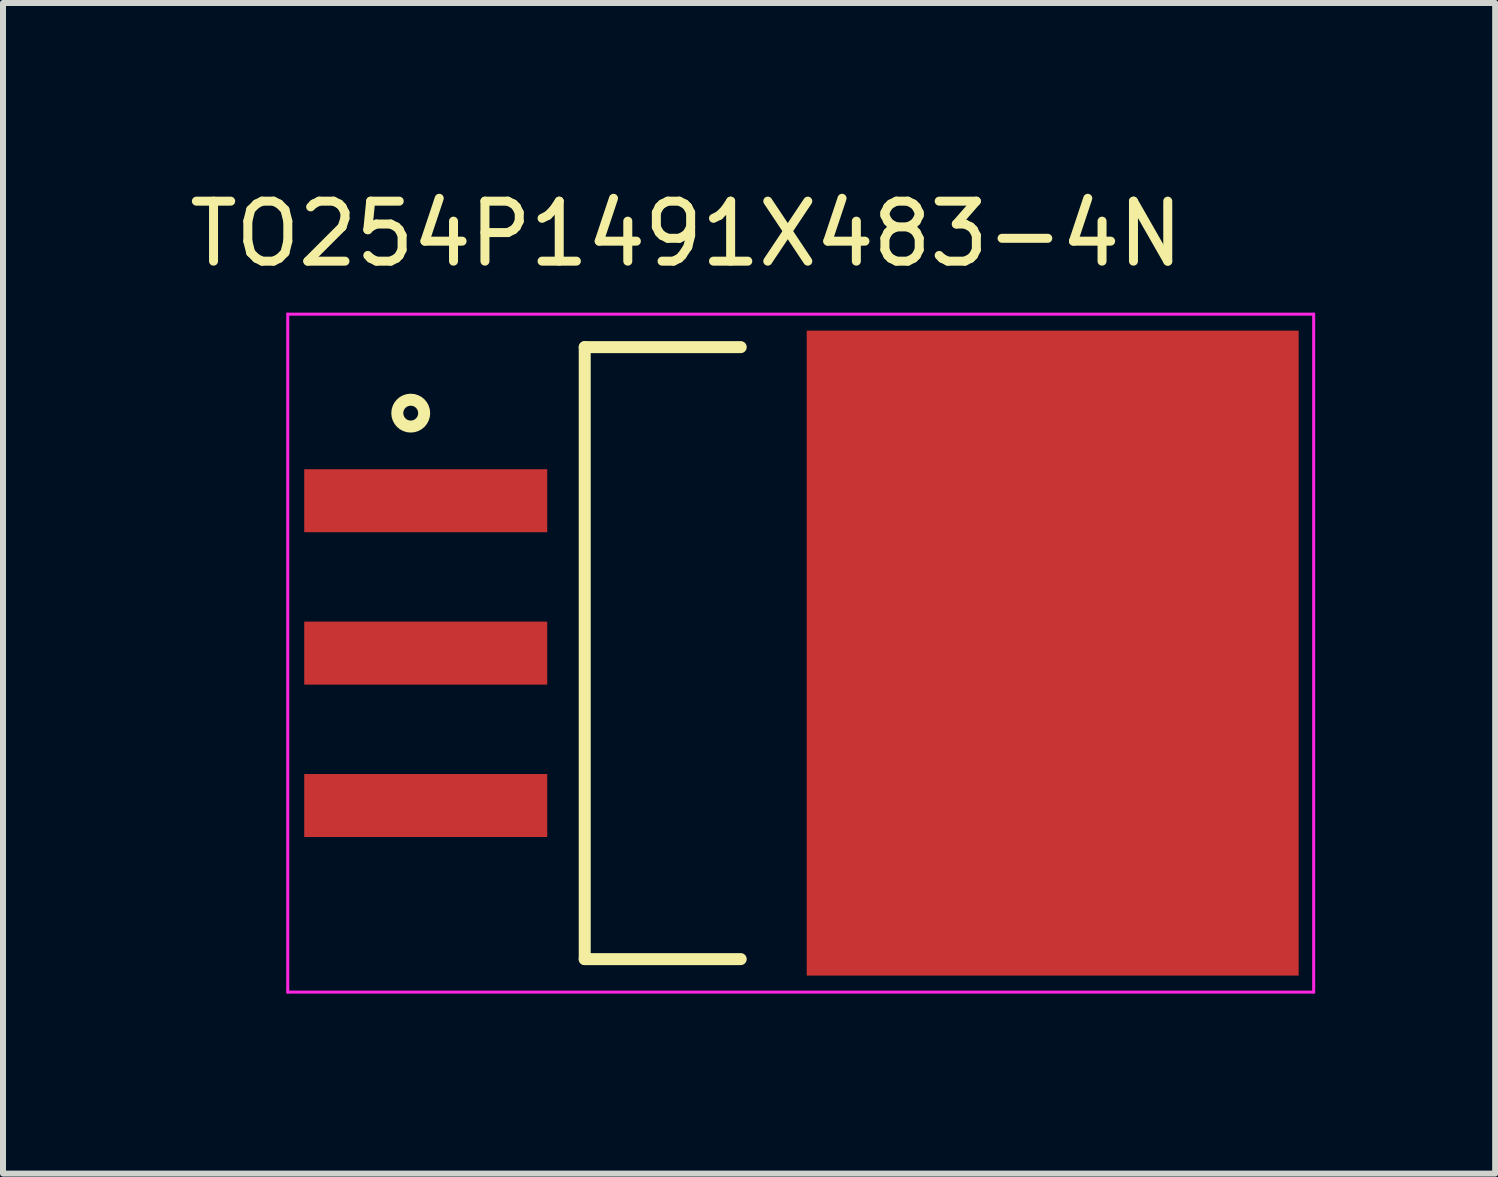
<source format=kicad_pcb>
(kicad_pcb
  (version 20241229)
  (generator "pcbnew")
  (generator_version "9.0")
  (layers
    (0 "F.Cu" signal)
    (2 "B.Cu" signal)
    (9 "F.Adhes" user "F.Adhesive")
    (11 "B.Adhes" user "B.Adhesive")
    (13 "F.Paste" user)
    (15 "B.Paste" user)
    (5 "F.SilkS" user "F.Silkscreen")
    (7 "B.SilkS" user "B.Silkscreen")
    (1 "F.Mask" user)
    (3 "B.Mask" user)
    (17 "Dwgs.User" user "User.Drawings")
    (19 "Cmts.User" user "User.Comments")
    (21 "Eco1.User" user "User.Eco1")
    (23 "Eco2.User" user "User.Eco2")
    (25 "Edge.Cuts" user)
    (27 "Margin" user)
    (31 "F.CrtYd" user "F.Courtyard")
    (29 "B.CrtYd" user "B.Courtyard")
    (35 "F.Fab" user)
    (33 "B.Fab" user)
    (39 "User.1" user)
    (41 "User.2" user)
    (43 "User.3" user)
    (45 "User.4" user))
  (footprint "TO254P1491X483-4N"
    (layer "F.Cu")
    (at 10.296 7.836)
    (property "Reference" "TO254P1491X483-4N" (at -1.906 -6.988 0) (layer "F.SilkS") (effects (font (size 1 1) (thickness 0.15))))
    (attr smd)
    (fp_line (start -3.6 -5.1) (end -3.6 5.1) (stroke (width 0.2) (type solid)) (layer "F.SilkS"))
    (fp_line (start -3.6 5.1) (end -1 5.1) (stroke (width 0.2) (type solid)) (layer "F.SilkS"))
    (fp_line (start -1 -5.1) (end -3.6 -5.1) (stroke (width 0.2) (type solid)) (layer "F.SilkS"))
    (fp_circle (center -6.5 -4) (end -6.276 -4) (stroke (width 0.2) (type solid)) (fill no) (layer "F.SilkS"))
    (fp_poly (pts (xy 0.701 -4.72) (xy 2.3 -4.72) (xy 2.3 -3.274) (xy 0.701 -3.274)) (stroke (width 0.01) (type solid)) (fill yes) (layer "F.Paste"))
    (fp_poly (pts (xy 0.701 1.28) (xy 2.3 1.28) (xy 2.3 2.734) (xy 0.701 2.734)) (stroke (width 0.01) (type solid)) (fill yes) (layer "F.Paste"))
    (fp_poly (pts (xy 0.701 -2.72) (xy 2.3 -2.72) (xy 2.3 -1.272) (xy 0.701 -1.272)) (stroke (width 0.01) (type solid)) (fill yes) (layer "F.Paste"))
    (fp_poly (pts (xy 0.701 -0.72) (xy 2.3 -0.72) (xy 2.3 0.731) (xy 0.701 0.731)) (stroke (width 0.01) (type solid)) (fill yes) (layer "F.Paste"))
    (fp_poly (pts (xy 0.701 3.28) (xy 2.3 3.28) (xy 2.3 4.739) (xy 0.701 4.739)) (stroke (width 0.01) (type solid)) (fill yes) (layer "F.Paste"))
    (fp_poly (pts (xy 3.2 3.28) (xy 4.8 3.28) (xy 4.8 4.731) (xy 3.2 4.731)) (stroke (width 0.01) (type solid)) (fill yes) (layer "F.Paste"))
    (fp_poly (pts (xy 3.202 -4.72) (xy 4.8 -4.72) (xy 4.8 -3.272) (xy 3.202 -3.272)) (stroke (width 0.01) (type solid)) (fill yes) (layer "F.Paste"))
    (fp_poly (pts (xy 3.203 -2.72) (xy 4.8 -2.72) (xy 4.8 -1.271) (xy 3.203 -1.271)) (stroke (width 0.01) (type solid)) (fill yes) (layer "F.Paste"))
    (fp_poly (pts (xy 3.205 1.28) (xy 4.8 1.28) (xy 4.8 2.734) (xy 3.205 2.734)) (stroke (width 0.01) (type solid)) (fill yes) (layer "F.Paste"))
    (fp_poly (pts (xy 3.205 -0.72) (xy 4.8 -0.72) (xy 4.8 0.731) (xy 3.205 0.731)) (stroke (width 0.01) (type solid)) (fill yes) (layer "F.Paste"))
    (fp_poly (pts (xy 5.7 -2.72) (xy 7.3 -2.72) (xy 7.3 -1.27) (xy 5.7 -1.27)) (stroke (width 0.01) (type solid)) (fill yes) (layer "F.Paste"))
    (fp_poly (pts (xy 5.702 -0.72) (xy 7.3 -0.72) (xy 7.3 0.73) (xy 5.702 0.73)) (stroke (width 0.01) (type solid)) (fill yes) (layer "F.Paste"))
    (fp_poly (pts (xy 5.704 1.28) (xy 7.3 1.28) (xy 7.3 2.732) (xy 5.704 2.732)) (stroke (width 0.01) (type solid)) (fill yes) (layer "F.Paste"))
    (fp_poly (pts (xy 5.706 -4.72) (xy 7.3 -4.72) (xy 7.3 -3.273) (xy 5.706 -3.273)) (stroke (width 0.01) (type solid)) (fill yes) (layer "F.Paste"))
    (fp_poly (pts (xy 5.711 3.28) (xy 7.3 3.28) (xy 7.3 4.739) (xy 5.711 4.739)) (stroke (width 0.01) (type solid)) (fill yes) (layer "F.Paste"))
    (fp_line (start -8.55 -5.65) (end 8.55 -5.65) (stroke (width 0.05) (type solid)) (layer "F.CrtYd"))
    (fp_line (start -8.55 5.65) (end -8.55 -5.65) (stroke (width 0.05) (type solid)) (layer "F.CrtYd"))
    (fp_line (start 8.55 -5.65) (end 8.55 5.65) (stroke (width 0.05) (type solid)) (layer "F.CrtYd"))
    (fp_line (start 8.55 5.65) (end -8.55 5.65) (stroke (width 0.05) (type solid)) (layer "F.CrtYd"))
    (pad "1" smd rect (at -6.25 -2.54) (size 4.05 1.05) (layers "F.Cu" "F.Mask" "F.Paste"))
    (pad "2" smd rect (at -6.25 0) (size 4.05 1.05) (layers "F.Cu" "F.Mask" "F.Paste"))
    (pad "3" smd rect (at -6.25 2.54) (size 4.05 1.05) (layers "F.Cu" "F.Mask" "F.Paste"))
    (pad "4" smd rect (at 4.2 0) (size 8.2 10.75) (layers "F.Cu" "F.Mask")))
  (gr_rect
    (start -3 -3)
    (end 21.871 16.511)
    (stroke (width 0.1) (type default))
    (fill no)
    (layer "Edge.Cuts")))
</source>
